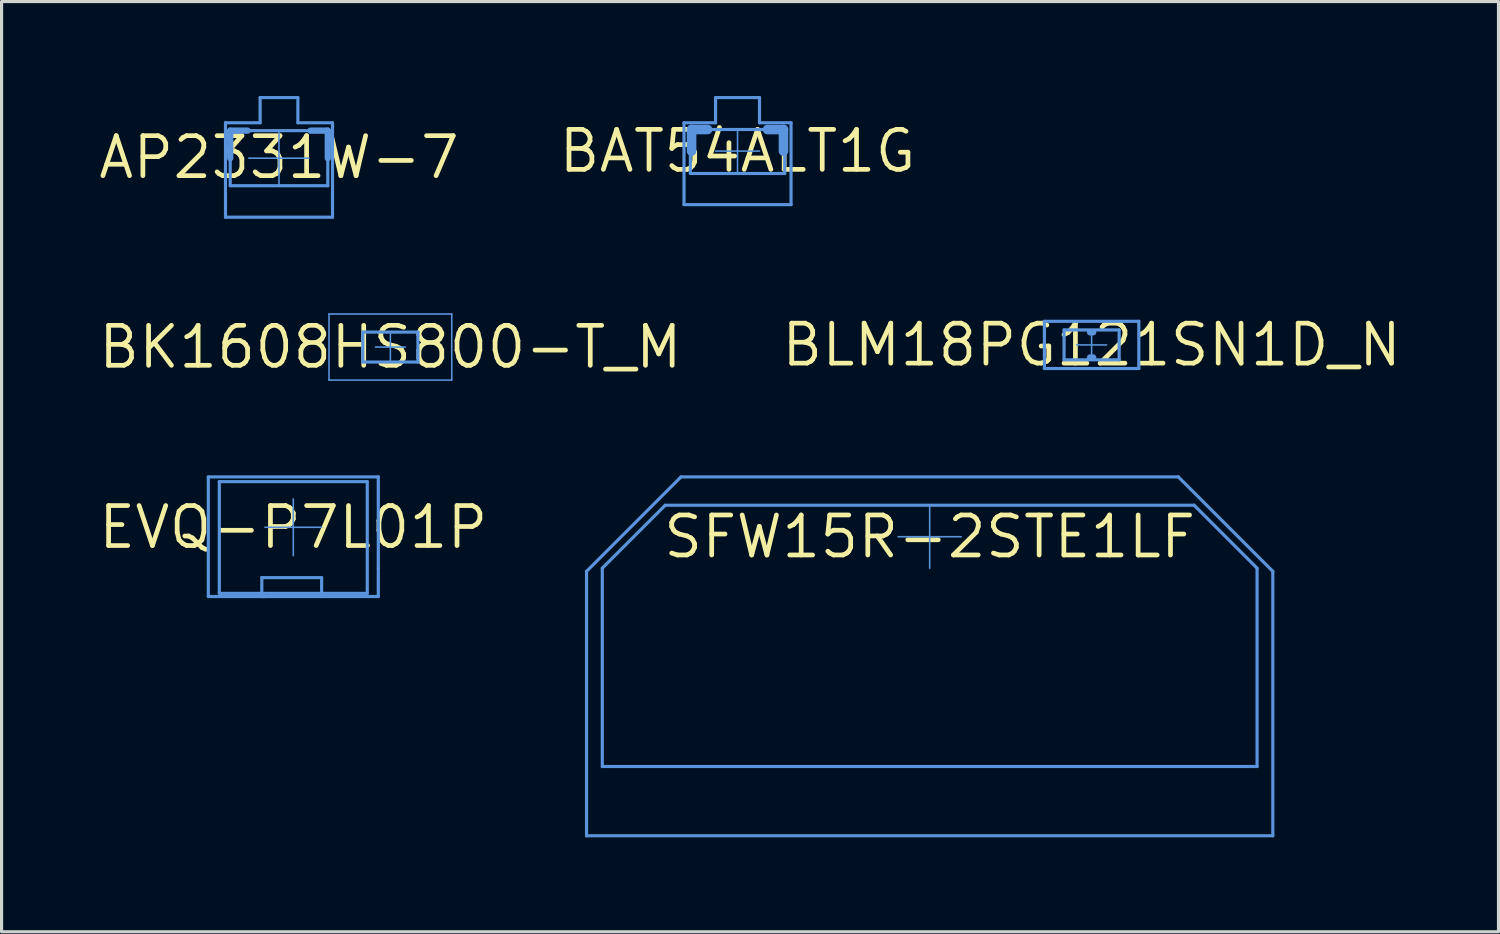
<source format=kicad_pcb>
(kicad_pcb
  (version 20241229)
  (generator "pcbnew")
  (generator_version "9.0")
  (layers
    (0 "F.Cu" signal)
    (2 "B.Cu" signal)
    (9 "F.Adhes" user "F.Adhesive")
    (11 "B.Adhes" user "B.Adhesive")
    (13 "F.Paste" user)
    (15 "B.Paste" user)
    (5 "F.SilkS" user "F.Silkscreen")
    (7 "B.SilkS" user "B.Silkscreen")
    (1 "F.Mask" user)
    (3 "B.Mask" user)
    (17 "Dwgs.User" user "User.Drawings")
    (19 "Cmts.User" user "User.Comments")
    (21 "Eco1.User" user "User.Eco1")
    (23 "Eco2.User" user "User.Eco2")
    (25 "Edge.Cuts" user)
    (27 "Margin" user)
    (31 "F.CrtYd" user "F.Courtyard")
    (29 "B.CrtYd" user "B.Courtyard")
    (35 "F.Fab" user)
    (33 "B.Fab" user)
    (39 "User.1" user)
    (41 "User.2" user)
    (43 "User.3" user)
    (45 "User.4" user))
  (footprint "BK1608HS800-T_M"
    (layer "F.Cu")
    (at 9.351 7.975)
    (property "Reference" "BK1608HS800-T_M" (at 0 0 0) (layer "F.SilkS") (effects (font (size 1.27 1.27) (thickness 0.15))))
    (attr through_hole)
    (fp_line (start -1.95 -1.05) (end 1.95 -1.05) (stroke (width 0.05) (type solid)) (layer "Cmts.User"))
    (fp_line (start -1.95 1.05) (end -1.95 -1.05) (stroke (width 0.05) (type solid)) (layer "Cmts.User"))
    (fp_line (start -1.95 1.05) (end 1.95 1.05) (stroke (width 0.05) (type solid)) (layer "Cmts.User"))
    (fp_line (start -0.875 -0.475) (end 0.875 -0.475) (stroke (width 0.1) (type solid)) (layer "Cmts.User"))
    (fp_line (start -0.875 0.475) (end -0.875 -0.475) (stroke (width 0.1) (type solid)) (layer "Cmts.User"))
    (fp_line (start -0.875 0.475) (end 0.875 0.475) (stroke (width 0.1) (type solid)) (layer "Cmts.User"))
    (fp_line (start -0.475 0) (end 0.475 0) (stroke (width 0.05) (type solid)) (layer "Cmts.User"))
    (fp_line (start 0 0.475) (end 0 -0.475) (stroke (width 0.05) (type solid)) (layer "Cmts.User"))
    (fp_line (start 0.875 0.475) (end 0.875 -0.475) (stroke (width 0.1) (type solid)) (layer "Cmts.User"))
    (fp_line (start 1.95 1.05) (end 1.95 -1.05) (stroke (width 0.05) (type solid)) (layer "Cmts.User")))
  (footprint "AP2331W-7"
    (layer "F.Cu")
    (at 5.813 1.95)
    (property "Reference" "AP2331W-7" (at 0 0 0) (layer "F.SilkS") (effects (font (size 1.27 1.27) (thickness 0.15))))
    (attr through_hole)
    (fp_line (start -1.7 -1.1) (end -0.6 -1.1) (stroke (width 0.05) (type solid)) (layer "Cmts.User"))
    (fp_line (start -1.7 -1.1) (end -0.6 -1.1) (stroke (width 0.1) (type solid)) (layer "Cmts.User"))
    (fp_line (start -1.7 1.9) (end -1.7 -1.1) (stroke (width 0.05) (type solid)) (layer "Cmts.User"))
    (fp_line (start -1.7 1.9) (end -1.7 -1.1) (stroke (width 0.1) (type solid)) (layer "Cmts.User"))
    (fp_line (start -1.7 1.9) (end 1.7 1.9) (stroke (width 0.05) (type solid)) (layer "Cmts.User"))
    (fp_line (start -1.7 1.9) (end 1.7 1.9) (stroke (width 0.1) (type solid)) (layer "Cmts.User"))
    (fp_line (start -1.55 -0.85) (end -1 -0.85) (stroke (width 0.2) (type solid)) (layer "Cmts.User"))
    (fp_line (start -1.55 -0.85) (end 1.55 -0.85) (stroke (width 0.1) (type solid)) (layer "Cmts.User"))
    (fp_line (start -1.55 0.025) (end -1.55 -0.85) (stroke (width 0.2) (type solid)) (layer "Cmts.User"))
    (fp_line (start -1.55 0.9) (end -1.55 -0.85) (stroke (width 0.1) (type solid)) (layer "Cmts.User"))
    (fp_line (start -1.55 0.9) (end 1.55 0.9) (stroke (width 0.1) (type solid)) (layer "Cmts.User"))
    (fp_line (start -0.95 0.025) (end -0.95 0.025) (stroke (width 0.05) (type solid)) (layer "Cmts.User"))
    (fp_line (start -0.95 0.025) (end 0 0.025) (stroke (width 0.05) (type solid)) (layer "Cmts.User"))
    (fp_line (start -0.6 -1.9) (end 0.6 -1.9) (stroke (width 0.05) (type solid)) (layer "Cmts.User"))
    (fp_line (start -0.6 -1.9) (end 0.6 -1.9) (stroke (width 0.1) (type solid)) (layer "Cmts.User"))
    (fp_line (start -0.6 -1.1) (end -0.6 -1.9) (stroke (width 0.05) (type solid)) (layer "Cmts.User"))
    (fp_line (start -0.6 -1.1) (end -0.6 -1.9) (stroke (width 0.1) (type solid)) (layer "Cmts.User"))
    (fp_line (start -0.00001 0.025) (end -0.00001 -0.85) (stroke (width 0.05) (type solid)) (layer "Cmts.User"))
    (fp_line (start -0.00001 0.025) (end 0 0.025) (stroke (width 0.05) (type solid)) (layer "Cmts.User"))
    (fp_line (start -0.00001 0.9) (end -0.00001 0.025) (stroke (width 0.05) (type solid)) (layer "Cmts.User"))
    (fp_line (start 0 0.025) (end 0.95 0.025) (stroke (width 0.05) (type solid)) (layer "Cmts.User"))
    (fp_line (start 0.6 -1.1) (end 0.6 -1.9) (stroke (width 0.05) (type solid)) (layer "Cmts.User"))
    (fp_line (start 0.6 -1.1) (end 0.6 -1.9) (stroke (width 0.1) (type solid)) (layer "Cmts.User"))
    (fp_line (start 0.6 -1.1) (end 1.7 -1.1) (stroke (width 0.05) (type solid)) (layer "Cmts.User"))
    (fp_line (start 0.6 -1.1) (end 1.7 -1.1) (stroke (width 0.1) (type solid)) (layer "Cmts.User"))
    (fp_line (start 1 -0.85) (end 1.55 -0.85) (stroke (width 0.2) (type solid)) (layer "Cmts.User"))
    (fp_line (start 1.55 0.025) (end 1.55 -0.85) (stroke (width 0.2) (type solid)) (layer "Cmts.User"))
    (fp_line (start 1.55 0.9) (end 1.55 -0.85) (stroke (width 0.1) (type solid)) (layer "Cmts.User"))
    (fp_line (start 1.7 1.9) (end 1.7 -1.1) (stroke (width 0.05) (type solid)) (layer "Cmts.User"))
    (fp_line (start 1.7 1.9) (end 1.7 -1.1) (stroke (width 0.1) (type solid)) (layer "Cmts.User")))
  (footprint "BAT54ALT1G"
    (layer "F.Cu")
    (at 20.379 1.75)
    (property "Reference" "BAT54ALT1G" (at 0 0 0) (layer "F.SilkS") (effects (font (size 1.27 1.27) (thickness 0.15))))
    (attr through_hole)
    (fp_line (start -1.7 -0.9) (end -0.698 -0.9) (stroke (width 0.05) (type solid)) (layer "Cmts.User"))
    (fp_line (start -1.7 -0.9) (end -0.698 -0.9) (stroke (width 0.1) (type solid)) (layer "Cmts.User"))
    (fp_line (start -1.7 1.7) (end -1.7 -0.9) (stroke (width 0.05) (type solid)) (layer "Cmts.User"))
    (fp_line (start -1.7 1.7) (end -1.7 -0.9) (stroke (width 0.1) (type solid)) (layer "Cmts.User"))
    (fp_line (start -1.7 1.7) (end 1.7 1.7) (stroke (width 0.05) (type solid)) (layer "Cmts.User"))
    (fp_line (start -1.7 1.7) (end 1.7 1.7) (stroke (width 0.1) (type solid)) (layer "Cmts.User"))
    (fp_line (start -1.499 -0.686) (end 1.499 -0.686) (stroke (width 0.1) (type solid)) (layer "Cmts.User"))
    (fp_line (start -1.499 0.711) (end -1.499 -0.686) (stroke (width 0.1) (type solid)) (layer "Cmts.User"))
    (fp_line (start -1.499 0.711) (end 1.499 0.711) (stroke (width 0.1) (type solid)) (layer "Cmts.User"))
    (fp_line (start -1.46 -0.686) (end -0.953 -0.686) (stroke (width 0.305) (type solid)) (layer "Cmts.User"))
    (fp_line (start -1.46 0) (end -1.46 -0.686) (stroke (width 0.305) (type solid)) (layer "Cmts.User"))
    (fp_line (start -0.698 -1.7) (end 0.698 -1.7) (stroke (width 0.05) (type solid)) (layer "Cmts.User"))
    (fp_line (start -0.698 -1.7) (end 0.698 -1.7) (stroke (width 0.1) (type solid)) (layer "Cmts.User"))
    (fp_line (start -0.698 -0.9) (end -0.698 -1.7) (stroke (width 0.05) (type solid)) (layer "Cmts.User"))
    (fp_line (start -0.698 -0.9) (end -0.698 -1.7) (stroke (width 0.1) (type solid)) (layer "Cmts.User"))
    (fp_line (start -0.698 0) (end 0.002 0) (stroke (width 0.05) (type solid)) (layer "Cmts.User"))
    (fp_line (start -0.002 0) (end 0.698 0) (stroke (width 0.05) (type solid)) (layer "Cmts.User"))
    (fp_line (start 0 0) (end 0 -0.7) (stroke (width 0.05) (type solid)) (layer "Cmts.User"))
    (fp_line (start 0 0.698) (end 0 -0.002) (stroke (width 0.05) (type solid)) (layer "Cmts.User"))
    (fp_line (start 0.698 -0.9) (end 0.698 -1.7) (stroke (width 0.05) (type solid)) (layer "Cmts.User"))
    (fp_line (start 0.698 -0.9) (end 0.698 -1.7) (stroke (width 0.1) (type solid)) (layer "Cmts.User"))
    (fp_line (start 0.698 -0.9) (end 1.7 -0.9) (stroke (width 0.05) (type solid)) (layer "Cmts.User"))
    (fp_line (start 0.698 -0.9) (end 1.7 -0.9) (stroke (width 0.1) (type solid)) (layer "Cmts.User"))
    (fp_line (start 0.953 -0.686) (end 1.46 -0.686) (stroke (width 0.305) (type solid)) (layer "Cmts.User"))
    (fp_line (start 1.46 0) (end 1.46 -0.686) (stroke (width 0.305) (type solid)) (layer "Cmts.User"))
    (fp_line (start 1.499 0.711) (end 1.499 -0.686) (stroke (width 0.1) (type solid)) (layer "Cmts.User"))
    (fp_line (start 1.7 1.7) (end 1.7 -0.9) (stroke (width 0.05) (type solid)) (layer "Cmts.User"))
    (fp_line (start 1.7 1.7) (end 1.7 -0.9) (stroke (width 0.1) (type solid)) (layer "Cmts.User")))
  (footprint "BLM18PG121SN1D_N"
    (layer "F.Cu")
    (at 31.627 7.906)
    (property "Reference" "BLM18PG121SN1D_N" (at 0 0 0) (layer "F.SilkS") (effects (font (size 1.27 1.27) (thickness 0.15))))
    (attr through_hole)
    (fp_line (start -1.5 -0.75) (end 1.5 -0.75) (stroke (width 0.05) (type solid)) (layer "Cmts.User"))
    (fp_line (start -1.5 -0.75) (end 1.5 -0.75) (stroke (width 0.1) (type solid)) (layer "Cmts.User"))
    (fp_line (start -1.5 0.75) (end -1.5 -0.75) (stroke (width 0.05) (type solid)) (layer "Cmts.User"))
    (fp_line (start -1.5 0.75) (end -1.5 -0.75) (stroke (width 0.1) (type solid)) (layer "Cmts.User"))
    (fp_line (start -1.5 0.75) (end 1.5 0.75) (stroke (width 0.05) (type solid)) (layer "Cmts.User"))
    (fp_line (start -1.5 0.75) (end 1.5 0.75) (stroke (width 0.1) (type solid)) (layer "Cmts.User"))
    (fp_line (start -0.875 -0.475) (end 0.875 -0.475) (stroke (width 0.1) (type solid)) (layer "Cmts.User"))
    (fp_line (start -0.875 0.475) (end -0.875 -0.475) (stroke (width 0.1) (type solid)) (layer "Cmts.User"))
    (fp_line (start -0.875 0.475) (end 0.875 0.475) (stroke (width 0.1) (type solid)) (layer "Cmts.User"))
    (fp_line (start -0.475 0) (end 0.475 0) (stroke (width 0.05) (type solid)) (layer "Cmts.User"))
    (fp_line (start -0.05 -0.4) (end 0.05 -0.4) (stroke (width 0.2) (type solid)) (layer "Cmts.User"))
    (fp_line (start -0.05 0.4) (end 0.05 0.4) (stroke (width 0.2) (type solid)) (layer "Cmts.User"))
    (fp_line (start 0 0.475) (end 0 -0.475) (stroke (width 0.05) (type solid)) (layer "Cmts.User"))
    (fp_line (start 0.875 0.475) (end 0.875 -0.475) (stroke (width 0.1) (type solid)) (layer "Cmts.User"))
    (fp_line (start 1.5 0.75) (end 1.5 -0.75) (stroke (width 0.05) (type solid)) (layer "Cmts.User"))
    (fp_line (start 1.5 0.75) (end 1.5 -0.75) (stroke (width 0.1) (type solid)) (layer "Cmts.User")))
  (footprint "EVQ-P7L01P"
    (layer "F.Cu")
    (at 6.267 13.7)
    (property "Reference" "EVQ-P7L01P" (at 0 0 0) (layer "F.SilkS") (effects (font (size 1.27 1.27) (thickness 0.15))))
    (attr through_hole)
    (fp_line (start -2.7 -1.6) (end 2.7 -1.6) (stroke (width 0.05) (type solid)) (layer "Cmts.User"))
    (fp_line (start -2.7 -1.6) (end 2.7 -1.6) (stroke (width 0.1) (type solid)) (layer "Cmts.User"))
    (fp_line (start -2.7 2.2) (end -2.7 -1.6) (stroke (width 0.05) (type solid)) (layer "Cmts.User"))
    (fp_line (start -2.7 2.2) (end -2.7 -1.6) (stroke (width 0.1) (type solid)) (layer "Cmts.User"))
    (fp_line (start -2.7 2.2) (end 0.9 2.2) (stroke (width 0.1) (type solid)) (layer "Cmts.User"))
    (fp_line (start -2.7 2.2) (end 2.7 2.2) (stroke (width 0.05) (type solid)) (layer "Cmts.User"))
    (fp_line (start -2.35 -1.45) (end 2.35 -1.45) (stroke (width 0.1) (type solid)) (layer "Cmts.User"))
    (fp_line (start -2.35 2.1) (end -2.35 -1.45) (stroke (width 0.1) (type solid)) (layer "Cmts.User"))
    (fp_line (start -2.35 2.1) (end 2.35 2.1) (stroke (width 0.1) (type solid)) (layer "Cmts.User"))
    (fp_line (start -1 1.6) (end 0.9 1.6) (stroke (width 0.1) (type solid)) (layer "Cmts.User"))
    (fp_line (start -1 2.2) (end -1 1.6) (stroke (width 0.1) (type solid)) (layer "Cmts.User"))
    (fp_line (start -1 2.2) (end -0.9 2.2) (stroke (width 0.1) (type solid)) (layer "Cmts.User"))
    (fp_line (start -0.9 0) (end 0 0) (stroke (width 0.05) (type solid)) (layer "Cmts.User"))
    (fp_line (start 0 0) (end 0 -0.9) (stroke (width 0.05) (type solid)) (layer "Cmts.User"))
    (fp_line (start 0 0) (end 0.9 0) (stroke (width 0.05) (type solid)) (layer "Cmts.User"))
    (fp_line (start 0 0.9) (end 0 0) (stroke (width 0.05) (type solid)) (layer "Cmts.User"))
    (fp_line (start 0.9 2.2) (end 0.9 1.6) (stroke (width 0.1) (type solid)) (layer "Cmts.User"))
    (fp_line (start 0.9 2.2) (end 2.7 2.2) (stroke (width 0.1) (type solid)) (layer "Cmts.User"))
    (fp_line (start 2.35 2.1) (end 2.35 -1.45) (stroke (width 0.1) (type solid)) (layer "Cmts.User"))
    (fp_line (start 2.7 1.3) (end 2.7 -1.6) (stroke (width 0.1) (type solid)) (layer "Cmts.User"))
    (fp_line (start 2.7 2.2) (end 2.7 -1.6) (stroke (width 0.05) (type solid)) (layer "Cmts.User"))
    (fp_line (start 2.7 2.2) (end 2.7 1.3) (stroke (width 0.1) (type solid)) (layer "Cmts.User")))
  (footprint "SFW15R-2STE1LF"
    (layer "F.Cu")
    (at 26.483 14)
    (property "Reference" "SFW15R-2STE1LF" (at 0 0 0) (layer "F.SilkS") (effects (font (size 1.27 1.27) (thickness 0.15))))
    (attr through_hole)
    (fp_line (start -10.9 1.1) (end -7.9 -1.9) (stroke (width 0.05) (type solid)) (layer "Cmts.User"))
    (fp_line (start -10.9 1.1) (end -7.9 -1.9) (stroke (width 0.1) (type solid)) (layer "Cmts.User"))
    (fp_line (start -10.9 9.5) (end -10.9 1.1) (stroke (width 0.05) (type solid)) (layer "Cmts.User"))
    (fp_line (start -10.9 9.5) (end -10.9 1.1) (stroke (width 0.1) (type solid)) (layer "Cmts.User"))
    (fp_line (start -10.9 9.5) (end 10.9 9.5) (stroke (width 0.05) (type solid)) (layer "Cmts.User"))
    (fp_line (start -10.9 9.5) (end 10.9 9.5) (stroke (width 0.1) (type solid)) (layer "Cmts.User"))
    (fp_line (start -10.4 1) (end -8.4 -1) (stroke (width 0.1) (type solid)) (layer "Cmts.User"))
    (fp_line (start -10.4 7.3) (end -10.4 1) (stroke (width 0.1) (type solid)) (layer "Cmts.User"))
    (fp_line (start -10.4 7.3) (end 10.4 7.3) (stroke (width 0.1) (type solid)) (layer "Cmts.User"))
    (fp_line (start -8.4 -1) (end 8.4 -1) (stroke (width 0.1) (type solid)) (layer "Cmts.User"))
    (fp_line (start -7.9 -1.9) (end 7.9 -1.9) (stroke (width 0.05) (type solid)) (layer "Cmts.User"))
    (fp_line (start -7.9 -1.9) (end 7.9 -1.9) (stroke (width 0.1) (type solid)) (layer "Cmts.User"))
    (fp_line (start -1 0) (end 0 0) (stroke (width 0.05) (type solid)) (layer "Cmts.User"))
    (fp_line (start 0 0) (end 0 -1) (stroke (width 0.05) (type solid)) (layer "Cmts.User"))
    (fp_line (start 0 0) (end 1 0) (stroke (width 0.05) (type solid)) (layer "Cmts.User"))
    (fp_line (start 0 1) (end 0 0) (stroke (width 0.05) (type solid)) (layer "Cmts.User"))
    (fp_line (start 7.9 -1.9) (end 10.9 1.1) (stroke (width 0.05) (type solid)) (layer "Cmts.User"))
    (fp_line (start 7.9 -1.9) (end 10.9 1.1) (stroke (width 0.1) (type solid)) (layer "Cmts.User"))
    (fp_line (start 8.4 -1) (end 10.4 1) (stroke (width 0.1) (type solid)) (layer "Cmts.User"))
    (fp_line (start 10.4 7.3) (end 10.4 1) (stroke (width 0.1) (type solid)) (layer "Cmts.User"))
    (fp_line (start 10.9 9.5) (end 10.9 1.1) (stroke (width 0.05) (type solid)) (layer "Cmts.User"))
    (fp_line (start 10.9 9.5) (end 10.9 1.1) (stroke (width 0.1) (type solid)) (layer "Cmts.User")))
  (gr_rect
    (start -3 -3)
    (end 44.552 26.55)
    (stroke (width 0.1) (type default))
    (fill no)
    (layer "Edge.Cuts")))
</source>
